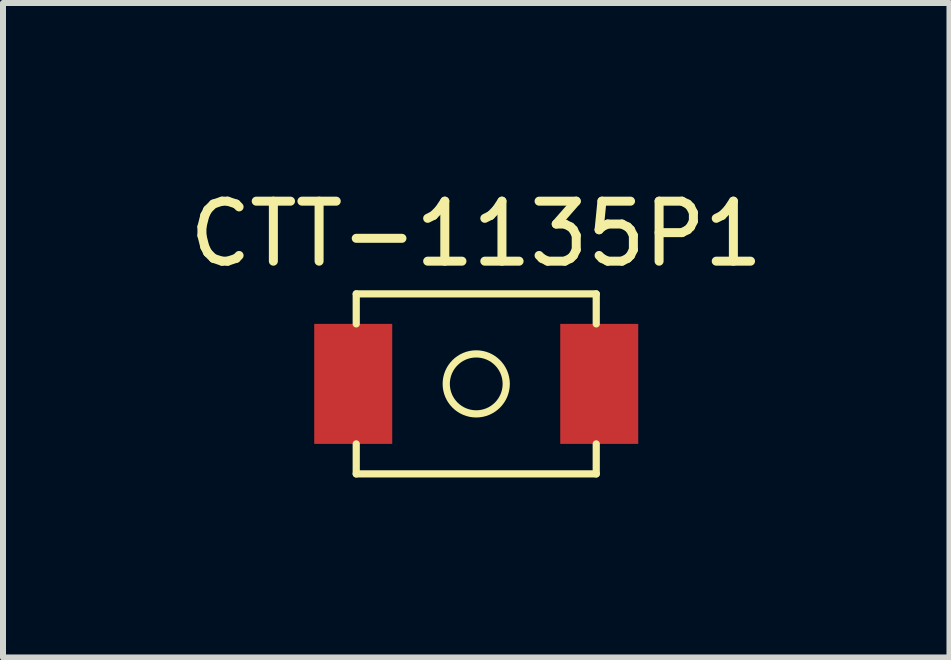
<source format=kicad_pcb>
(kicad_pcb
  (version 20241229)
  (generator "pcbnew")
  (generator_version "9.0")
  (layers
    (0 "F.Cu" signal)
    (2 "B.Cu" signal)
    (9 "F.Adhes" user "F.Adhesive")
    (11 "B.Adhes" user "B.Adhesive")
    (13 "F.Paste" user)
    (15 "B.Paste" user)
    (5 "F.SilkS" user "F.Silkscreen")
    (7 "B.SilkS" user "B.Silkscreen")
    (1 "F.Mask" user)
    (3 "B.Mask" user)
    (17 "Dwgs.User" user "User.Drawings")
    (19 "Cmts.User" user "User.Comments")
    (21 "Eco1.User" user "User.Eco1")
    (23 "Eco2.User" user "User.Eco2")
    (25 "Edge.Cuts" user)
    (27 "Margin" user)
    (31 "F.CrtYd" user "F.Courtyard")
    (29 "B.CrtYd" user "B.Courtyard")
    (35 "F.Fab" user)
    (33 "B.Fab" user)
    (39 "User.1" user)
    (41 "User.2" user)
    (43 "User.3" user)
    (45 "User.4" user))
  (footprint "CTT-1135P1"
    (layer "F.Cu")
    (at 4.887 3.348)
    (property "Reference" "CTT-1135P1" (at 0 -2.5 0) (layer "F.SilkS") (effects (font (size 1 1) (thickness 0.15))))
    (attr through_hole)
    (fp_line (start -2 -1.5) (end -2 -1) (stroke (width 0.12) (type solid)) (layer "F.SilkS"))
    (fp_line (start -2 -1.5) (end 2 -1.5) (stroke (width 0.12) (type solid)) (layer "F.SilkS"))
    (fp_line (start -2 1) (end -2 1.5) (stroke (width 0.12) (type solid)) (layer "F.SilkS"))
    (fp_line (start -2 1.5) (end 2 1.5) (stroke (width 0.12) (type solid)) (layer "F.SilkS"))
    (fp_line (start 2 -1.5) (end 2 -1) (stroke (width 0.12) (type solid)) (layer "F.SilkS"))
    (fp_line (start 2 1.5) (end 2 1) (stroke (width 0.12) (type solid)) (layer "F.SilkS"))
    (fp_circle (center 0 0) (end 0.5 0) (stroke (width 0.12) (type solid)) (fill no) (layer "F.SilkS"))
    (pad "1" smd rect (at 2.05 0) (size 1.3 2) (layers "F.Cu" "F.Mask" "F.Paste"))
    (pad "2" smd rect (at -2.05 0) (size 1.3 2) (layers "F.Cu" "F.Mask" "F.Paste")))
  (gr_rect
    (start -3 -3)
    (end 12.774 7.908)
    (stroke (width 0.1) (type default))
    (fill no)
    (layer "Edge.Cuts")))
</source>
